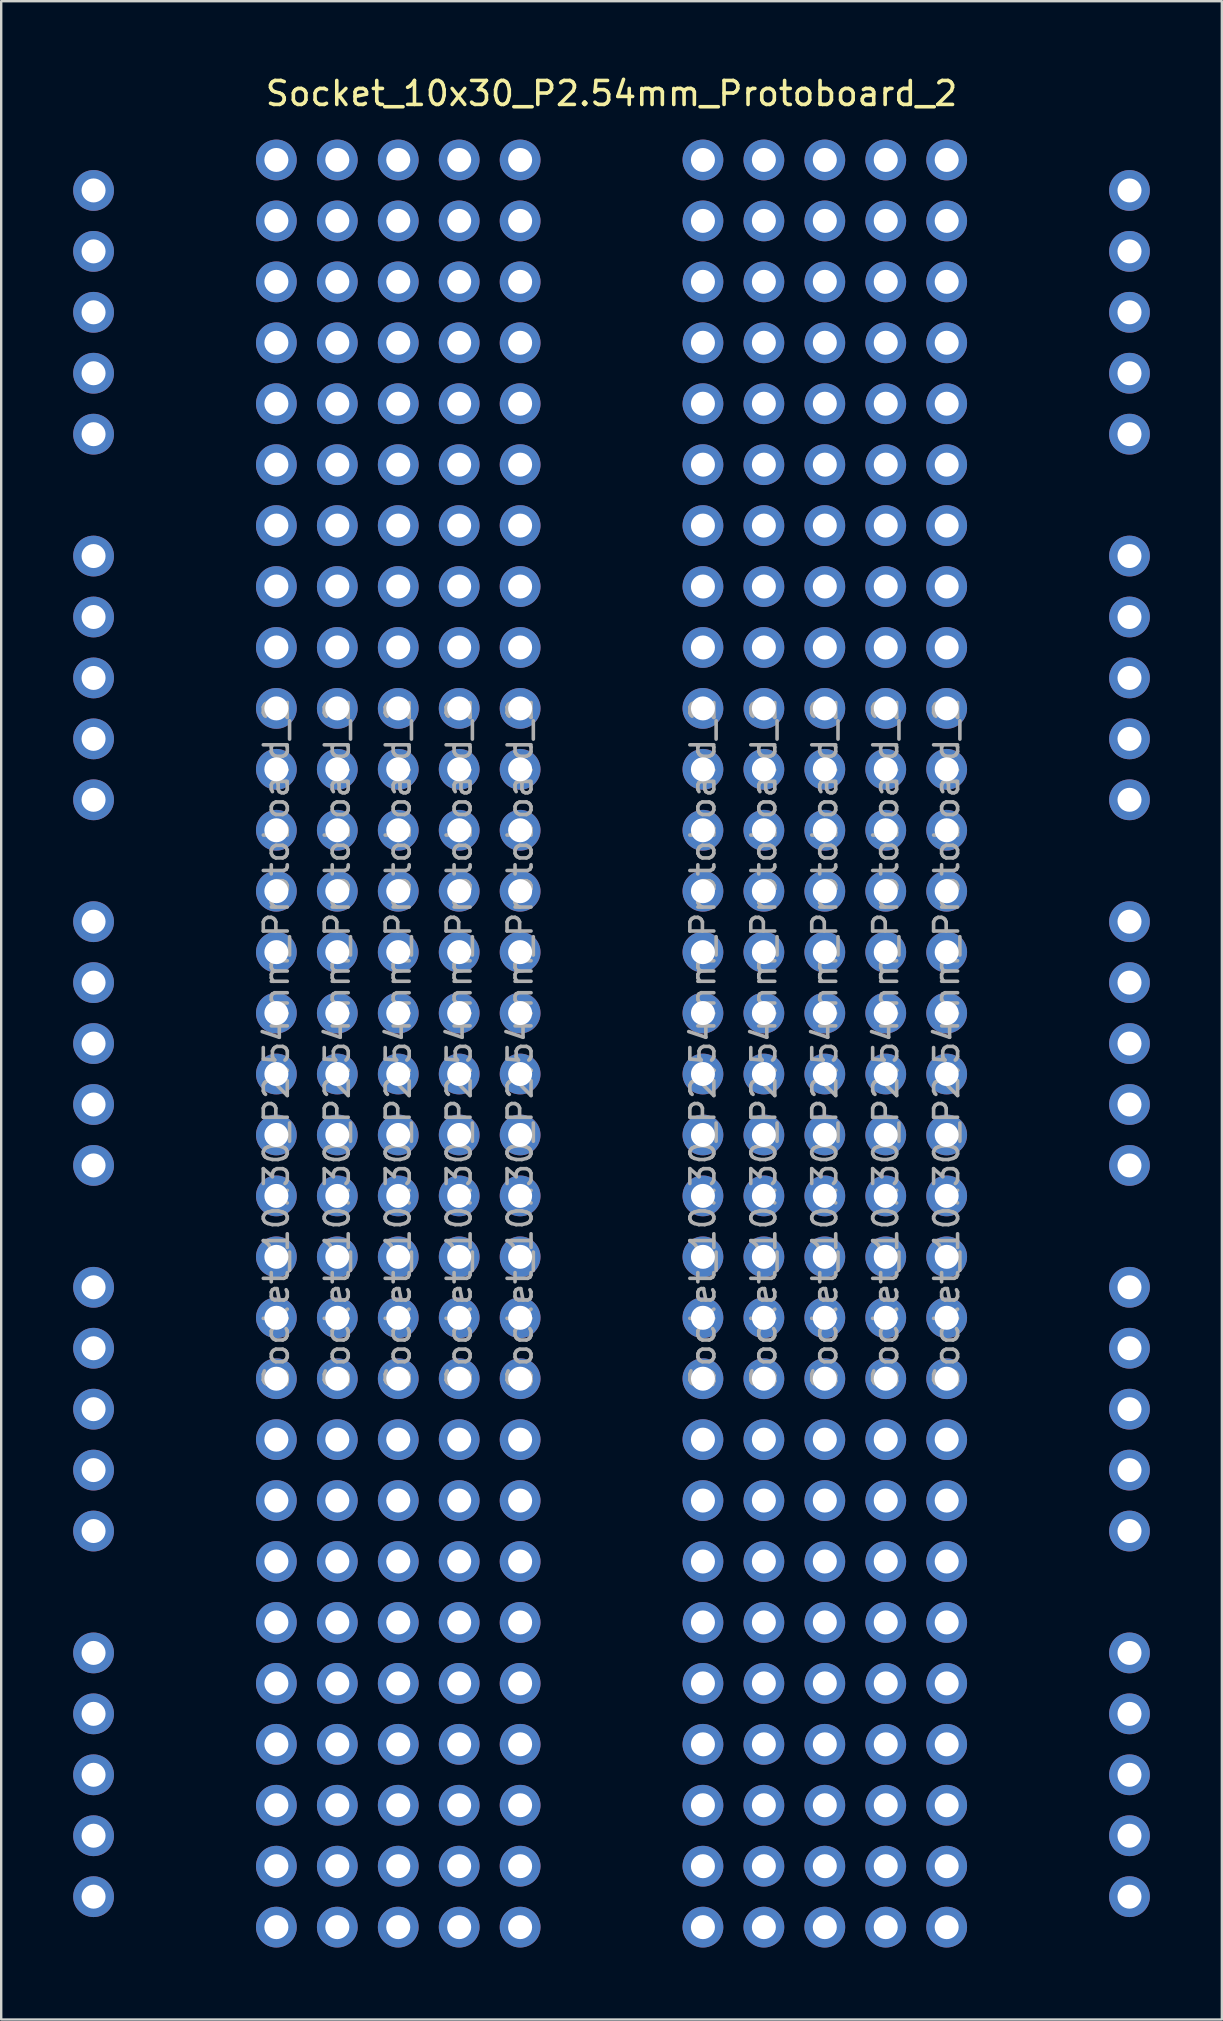
<source format=kicad_pcb>
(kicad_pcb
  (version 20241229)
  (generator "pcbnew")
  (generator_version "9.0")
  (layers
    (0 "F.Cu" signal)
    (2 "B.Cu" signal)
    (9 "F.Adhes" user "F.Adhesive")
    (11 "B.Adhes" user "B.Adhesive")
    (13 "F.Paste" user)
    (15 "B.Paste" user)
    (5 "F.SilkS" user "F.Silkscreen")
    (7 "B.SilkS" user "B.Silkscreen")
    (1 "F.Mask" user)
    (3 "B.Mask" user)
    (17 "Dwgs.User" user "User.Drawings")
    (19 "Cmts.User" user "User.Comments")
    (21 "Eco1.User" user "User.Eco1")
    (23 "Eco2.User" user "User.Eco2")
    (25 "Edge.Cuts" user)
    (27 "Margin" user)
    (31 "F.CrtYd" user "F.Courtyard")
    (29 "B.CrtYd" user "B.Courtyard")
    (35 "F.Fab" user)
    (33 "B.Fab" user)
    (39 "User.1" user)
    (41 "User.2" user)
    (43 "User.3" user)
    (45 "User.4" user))
  (footprint "Socket_10x30_P2.54mm_Protoboard_2"
    (layer "F.Cu")
    (at 22.44 40.448)
    (property "Reference" "Socket_10x30_P2.54mm_Protoboard_2" (at 0 -39.6 0) (layer "F.SilkS") (effects (font (size 1 1) (thickness 0.15))))
    (attr through_hole)
    (fp_text user "${REFERENCE}" (at 8.89 0 90) (layer "F.Fab") (effects (font (size 1 1) (thickness 0.15))))
    (fp_text user "${REFERENCE}" (at -3.81 0 90) (layer "F.Fab") (effects (font (size 1 1) (thickness 0.15))))
    (fp_text user "${REFERENCE}" (at -6.35 0 90) (layer "F.Fab") (effects (font (size 1 1) (thickness 0.15))))
    (fp_text user "${REFERENCE}" (at 13.97 0 90) (layer "F.Fab") (effects (font (size 1 1) (thickness 0.15))))
    (fp_text user "${REFERENCE}" (at 6.35 0 90) (layer "F.Fab") (effects (font (size 1 1) (thickness 0.15))))
    (fp_text user "${REFERENCE}" (at 3.81 0 90) (layer "F.Fab") (effects (font (size 1 1) (thickness 0.15))))
    (fp_text user "${REFERENCE}" (at -11.43 0 90) (layer "F.Fab") (effects (font (size 1 1) (thickness 0.15))))
    (fp_text user "${REFERENCE}" (at 11.43 0 90) (layer "F.Fab") (effects (font (size 1 1) (thickness 0.15))))
    (fp_text user "${REFERENCE}" (at -8.89 0 90) (layer "F.Fab") (effects (font (size 1 1) (thickness 0.15))))
    (fp_text user "${REFERENCE}" (at -13.97 0 90) (layer "F.Fab") (effects (font (size 1 1) (thickness 0.15))))
    (pad "1" thru_hole oval (at -21.59 -35.56) (size 1.7 1.7) (drill 1) (layers "*.Cu" "*.Mask"))
    (pad "1" thru_hole oval (at -21.59 -20.32) (size 1.7 1.7) (drill 1) (layers "*.Cu" "*.Mask"))
    (pad "1" thru_hole oval (at -21.59 -5.08) (size 1.7 1.7) (drill 1) (layers "*.Cu" "*.Mask"))
    (pad "1" thru_hole oval (at -21.59 10.16) (size 1.7 1.7) (drill 1) (layers "*.Cu" "*.Mask"))
    (pad "1" thru_hole oval (at -21.59 25.4) (size 1.7 1.7) (drill 1) (layers "*.Cu" "*.Mask"))
    (pad "1" thru_hole oval (at -13.97 -36.83) (size 1.7 1.7) (drill 1) (layers "*.Cu" "*.Mask"))
    (pad "1" thru_hole oval (at -11.43 -36.83) (size 1.7 1.7) (drill 1) (layers "*.Cu" "*.Mask"))
    (pad "1" thru_hole oval (at -8.89 -36.83) (size 1.7 1.7) (drill 1) (layers "*.Cu" "*.Mask"))
    (pad "1" thru_hole oval (at -6.35 -36.83) (size 1.7 1.7) (drill 1) (layers "*.Cu" "*.Mask"))
    (pad "1" thru_hole oval (at -3.81 -36.83) (size 1.7 1.7) (drill 1) (layers "*.Cu" "*.Mask"))
    (pad "1" thru_hole oval (at 3.81 -36.83) (size 1.7 1.7) (drill 1) (layers "*.Cu" "*.Mask"))
    (pad "1" thru_hole oval (at 6.35 -36.83) (size 1.7 1.7) (drill 1) (layers "*.Cu" "*.Mask"))
    (pad "1" thru_hole oval (at 8.89 -36.83) (size 1.7 1.7) (drill 1) (layers "*.Cu" "*.Mask"))
    (pad "1" thru_hole oval (at 11.43 -36.83) (size 1.7 1.7) (drill 1) (layers "*.Cu" "*.Mask"))
    (pad "1" thru_hole oval (at 13.97 -36.83) (size 1.7 1.7) (drill 1) (layers "*.Cu" "*.Mask"))
    (pad "1" thru_hole oval (at 21.59 -35.56) (size 1.7 1.7) (drill 1) (layers "*.Cu" "*.Mask"))
    (pad "1" thru_hole oval (at 21.59 -20.32) (size 1.7 1.7) (drill 1) (layers "*.Cu" "*.Mask"))
    (pad "1" thru_hole oval (at 21.59 -5.08) (size 1.7 1.7) (drill 1) (layers "*.Cu" "*.Mask"))
    (pad "1" thru_hole oval (at 21.59 10.16) (size 1.7 1.7) (drill 1) (layers "*.Cu" "*.Mask"))
    (pad "1" thru_hole oval (at 21.59 25.4) (size 1.7 1.7) (drill 1) (layers "*.Cu" "*.Mask"))
    (pad "2" thru_hole oval (at -21.59 -33.02) (size 1.7 1.7) (drill 1) (layers "*.Cu" "*.Mask"))
    (pad "2" thru_hole oval (at -21.59 -17.78) (size 1.7 1.7) (drill 1) (layers "*.Cu" "*.Mask"))
    (pad "2" thru_hole oval (at -21.59 -2.54) (size 1.7 1.7) (drill 1) (layers "*.Cu" "*.Mask"))
    (pad "2" thru_hole oval (at -21.59 12.7) (size 1.7 1.7) (drill 1) (layers "*.Cu" "*.Mask"))
    (pad "2" thru_hole oval (at -21.59 27.94) (size 1.7 1.7) (drill 1) (layers "*.Cu" "*.Mask"))
    (pad "2" thru_hole oval (at -13.97 -34.29) (size 1.7 1.7) (drill 1) (layers "*.Cu" "*.Mask"))
    (pad "2" thru_hole oval (at -11.43 -34.29) (size 1.7 1.7) (drill 1) (layers "*.Cu" "*.Mask"))
    (pad "2" thru_hole oval (at -8.89 -34.29) (size 1.7 1.7) (drill 1) (layers "*.Cu" "*.Mask"))
    (pad "2" thru_hole oval (at -6.35 -34.29) (size 1.7 1.7) (drill 1) (layers "*.Cu" "*.Mask"))
    (pad "2" thru_hole oval (at -3.81 -34.29) (size 1.7 1.7) (drill 1) (layers "*.Cu" "*.Mask"))
    (pad "2" thru_hole oval (at 3.81 -34.29) (size 1.7 1.7) (drill 1) (layers "*.Cu" "*.Mask"))
    (pad "2" thru_hole oval (at 6.35 -34.29) (size 1.7 1.7) (drill 1) (layers "*.Cu" "*.Mask"))
    (pad "2" thru_hole oval (at 8.89 -34.29) (size 1.7 1.7) (drill 1) (layers "*.Cu" "*.Mask"))
    (pad "2" thru_hole oval (at 11.43 -34.29) (size 1.7 1.7) (drill 1) (layers "*.Cu" "*.Mask"))
    (pad "2" thru_hole oval (at 13.97 -34.29) (size 1.7 1.7) (drill 1) (layers "*.Cu" "*.Mask"))
    (pad "2" thru_hole oval (at 21.59 -33.02) (size 1.7 1.7) (drill 1) (layers "*.Cu" "*.Mask"))
    (pad "2" thru_hole oval (at 21.59 -17.78) (size 1.7 1.7) (drill 1) (layers "*.Cu" "*.Mask"))
    (pad "2" thru_hole oval (at 21.59 -2.54) (size 1.7 1.7) (drill 1) (layers "*.Cu" "*.Mask"))
    (pad "2" thru_hole oval (at 21.59 12.7) (size 1.7 1.7) (drill 1) (layers "*.Cu" "*.Mask"))
    (pad "2" thru_hole oval (at 21.59 27.94) (size 1.7 1.7) (drill 1) (layers "*.Cu" "*.Mask"))
    (pad "3" thru_hole oval (at -21.59 -30.48) (size 1.7 1.7) (drill 1) (layers "*.Cu" "*.Mask"))
    (pad "3" thru_hole oval (at -21.59 -15.24) (size 1.7 1.7) (drill 1) (layers "*.Cu" "*.Mask"))
    (pad "3" thru_hole oval (at -21.59 0) (size 1.7 1.7) (drill 1) (layers "*.Cu" "*.Mask"))
    (pad "3" thru_hole oval (at -21.59 15.24) (size 1.7 1.7) (drill 1) (layers "*.Cu" "*.Mask"))
    (pad "3" thru_hole oval (at -21.59 30.48) (size 1.7 1.7) (drill 1) (layers "*.Cu" "*.Mask"))
    (pad "3" thru_hole oval (at -13.97 -31.75) (size 1.7 1.7) (drill 1) (layers "*.Cu" "*.Mask"))
    (pad "3" thru_hole oval (at -11.43 -31.75) (size 1.7 1.7) (drill 1) (layers "*.Cu" "*.Mask"))
    (pad "3" thru_hole oval (at -8.89 -31.75) (size 1.7 1.7) (drill 1) (layers "*.Cu" "*.Mask"))
    (pad "3" thru_hole oval (at -6.35 -31.75) (size 1.7 1.7) (drill 1) (layers "*.Cu" "*.Mask"))
    (pad "3" thru_hole oval (at -3.81 -31.75) (size 1.7 1.7) (drill 1) (layers "*.Cu" "*.Mask"))
    (pad "3" thru_hole oval (at 3.81 -31.75) (size 1.7 1.7) (drill 1) (layers "*.Cu" "*.Mask"))
    (pad "3" thru_hole oval (at 6.35 -31.75) (size 1.7 1.7) (drill 1) (layers "*.Cu" "*.Mask"))
    (pad "3" thru_hole oval (at 8.89 -31.75) (size 1.7 1.7) (drill 1) (layers "*.Cu" "*.Mask"))
    (pad "3" thru_hole oval (at 11.43 -31.75) (size 1.7 1.7) (drill 1) (layers "*.Cu" "*.Mask"))
    (pad "3" thru_hole oval (at 13.97 -31.75) (size 1.7 1.7) (drill 1) (layers "*.Cu" "*.Mask"))
    (pad "3" thru_hole oval (at 21.59 -30.48) (size 1.7 1.7) (drill 1) (layers "*.Cu" "*.Mask"))
    (pad "3" thru_hole oval (at 21.59 -15.24) (size 1.7 1.7) (drill 1) (layers "*.Cu" "*.Mask"))
    (pad "3" thru_hole oval (at 21.59 0) (size 1.7 1.7) (drill 1) (layers "*.Cu" "*.Mask"))
    (pad "3" thru_hole oval (at 21.59 15.24) (size 1.7 1.7) (drill 1) (layers "*.Cu" "*.Mask"))
    (pad "3" thru_hole oval (at 21.59 30.48) (size 1.7 1.7) (drill 1) (layers "*.Cu" "*.Mask"))
    (pad "4" thru_hole oval (at -21.59 -27.94) (size 1.7 1.7) (drill 1) (layers "*.Cu" "*.Mask"))
    (pad "4" thru_hole oval (at -21.59 -12.7) (size 1.7 1.7) (drill 1) (layers "*.Cu" "*.Mask"))
    (pad "4" thru_hole oval (at -21.59 2.54) (size 1.7 1.7) (drill 1) (layers "*.Cu" "*.Mask"))
    (pad "4" thru_hole oval (at -21.59 17.78) (size 1.7 1.7) (drill 1) (layers "*.Cu" "*.Mask"))
    (pad "4" thru_hole oval (at -21.59 33.02) (size 1.7 1.7) (drill 1) (layers "*.Cu" "*.Mask"))
    (pad "4" thru_hole oval (at -13.97 -29.21) (size 1.7 1.7) (drill 1) (layers "*.Cu" "*.Mask"))
    (pad "4" thru_hole oval (at -11.43 -29.21) (size 1.7 1.7) (drill 1) (layers "*.Cu" "*.Mask"))
    (pad "4" thru_hole oval (at -8.89 -29.21) (size 1.7 1.7) (drill 1) (layers "*.Cu" "*.Mask"))
    (pad "4" thru_hole oval (at -6.35 -29.21) (size 1.7 1.7) (drill 1) (layers "*.Cu" "*.Mask"))
    (pad "4" thru_hole oval (at -3.81 -29.21) (size 1.7 1.7) (drill 1) (layers "*.Cu" "*.Mask"))
    (pad "4" thru_hole oval (at 3.81 -29.21) (size 1.7 1.7) (drill 1) (layers "*.Cu" "*.Mask"))
    (pad "4" thru_hole oval (at 6.35 -29.21) (size 1.7 1.7) (drill 1) (layers "*.Cu" "*.Mask"))
    (pad "4" thru_hole oval (at 8.89 -29.21) (size 1.7 1.7) (drill 1) (layers "*.Cu" "*.Mask"))
    (pad "4" thru_hole oval (at 11.43 -29.21) (size 1.7 1.7) (drill 1) (layers "*.Cu" "*.Mask"))
    (pad "4" thru_hole oval (at 13.97 -29.21) (size 1.7 1.7) (drill 1) (layers "*.Cu" "*.Mask"))
    (pad "4" thru_hole oval (at 21.59 -27.94) (size 1.7 1.7) (drill 1) (layers "*.Cu" "*.Mask"))
    (pad "4" thru_hole oval (at 21.59 -12.7) (size 1.7 1.7) (drill 1) (layers "*.Cu" "*.Mask"))
    (pad "4" thru_hole oval (at 21.59 2.54) (size 1.7 1.7) (drill 1) (layers "*.Cu" "*.Mask"))
    (pad "4" thru_hole oval (at 21.59 17.78) (size 1.7 1.7) (drill 1) (layers "*.Cu" "*.Mask"))
    (pad "4" thru_hole oval (at 21.59 33.02) (size 1.7 1.7) (drill 1) (layers "*.Cu" "*.Mask"))
    (pad "5" thru_hole oval (at -21.59 -25.4) (size 1.7 1.7) (drill 1) (layers "*.Cu" "*.Mask"))
    (pad "5" thru_hole oval (at -21.59 -10.16) (size 1.7 1.7) (drill 1) (layers "*.Cu" "*.Mask"))
    (pad "5" thru_hole oval (at -21.59 5.08) (size 1.7 1.7) (drill 1) (layers "*.Cu" "*.Mask"))
    (pad "5" thru_hole oval (at -21.59 20.32) (size 1.7 1.7) (drill 1) (layers "*.Cu" "*.Mask"))
    (pad "5" thru_hole oval (at -21.59 35.56) (size 1.7 1.7) (drill 1) (layers "*.Cu" "*.Mask"))
    (pad "5" thru_hole oval (at -13.97 -26.67) (size 1.7 1.7) (drill 1) (layers "*.Cu" "*.Mask"))
    (pad "5" thru_hole oval (at -11.43 -26.67) (size 1.7 1.7) (drill 1) (layers "*.Cu" "*.Mask"))
    (pad "5" thru_hole oval (at -8.89 -26.67) (size 1.7 1.7) (drill 1) (layers "*.Cu" "*.Mask"))
    (pad "5" thru_hole oval (at -6.35 -26.67) (size 1.7 1.7) (drill 1) (layers "*.Cu" "*.Mask"))
    (pad "5" thru_hole oval (at -3.81 -26.67) (size 1.7 1.7) (drill 1) (layers "*.Cu" "*.Mask"))
    (pad "5" thru_hole oval (at 3.81 -26.67) (size 1.7 1.7) (drill 1) (layers "*.Cu" "*.Mask"))
    (pad "5" thru_hole oval (at 6.35 -26.67) (size 1.7 1.7) (drill 1) (layers "*.Cu" "*.Mask"))
    (pad "5" thru_hole oval (at 8.89 -26.67) (size 1.7 1.7) (drill 1) (layers "*.Cu" "*.Mask"))
    (pad "5" thru_hole oval (at 11.43 -26.67) (size 1.7 1.7) (drill 1) (layers "*.Cu" "*.Mask"))
    (pad "5" thru_hole oval (at 13.97 -26.67) (size 1.7 1.7) (drill 1) (layers "*.Cu" "*.Mask"))
    (pad "5" thru_hole oval (at 21.59 -25.4) (size 1.7 1.7) (drill 1) (layers "*.Cu" "*.Mask"))
    (pad "5" thru_hole oval (at 21.59 -10.16) (size 1.7 1.7) (drill 1) (layers "*.Cu" "*.Mask"))
    (pad "5" thru_hole oval (at 21.59 5.08) (size 1.7 1.7) (drill 1) (layers "*.Cu" "*.Mask"))
    (pad "5" thru_hole oval (at 21.59 20.32) (size 1.7 1.7) (drill 1) (layers "*.Cu" "*.Mask"))
    (pad "5" thru_hole oval (at 21.59 35.56) (size 1.7 1.7) (drill 1) (layers "*.Cu" "*.Mask"))
    (pad "6" thru_hole oval (at -13.97 -24.13) (size 1.7 1.7) (drill 1) (layers "*.Cu" "*.Mask"))
    (pad "6" thru_hole oval (at -11.43 -24.13) (size 1.7 1.7) (drill 1) (layers "*.Cu" "*.Mask"))
    (pad "6" thru_hole oval (at -8.89 -24.13) (size 1.7 1.7) (drill 1) (layers "*.Cu" "*.Mask"))
    (pad "6" thru_hole oval (at -6.35 -24.13) (size 1.7 1.7) (drill 1) (layers "*.Cu" "*.Mask"))
    (pad "6" thru_hole oval (at -3.81 -24.13) (size 1.7 1.7) (drill 1) (layers "*.Cu" "*.Mask"))
    (pad "6" thru_hole oval (at 3.81 -24.13) (size 1.7 1.7) (drill 1) (layers "*.Cu" "*.Mask"))
    (pad "6" thru_hole oval (at 6.35 -24.13) (size 1.7 1.7) (drill 1) (layers "*.Cu" "*.Mask"))
    (pad "6" thru_hole oval (at 8.89 -24.13) (size 1.7 1.7) (drill 1) (layers "*.Cu" "*.Mask"))
    (pad "6" thru_hole oval (at 11.43 -24.13) (size 1.7 1.7) (drill 1) (layers "*.Cu" "*.Mask"))
    (pad "6" thru_hole oval (at 13.97 -24.13) (size 1.7 1.7) (drill 1) (layers "*.Cu" "*.Mask"))
    (pad "7" thru_hole oval (at -13.97 -21.59) (size 1.7 1.7) (drill 1) (layers "*.Cu" "*.Mask"))
    (pad "7" thru_hole oval (at -11.43 -21.59) (size 1.7 1.7) (drill 1) (layers "*.Cu" "*.Mask"))
    (pad "7" thru_hole oval (at -8.89 -21.59) (size 1.7 1.7) (drill 1) (layers "*.Cu" "*.Mask"))
    (pad "7" thru_hole oval (at -6.35 -21.59) (size 1.7 1.7) (drill 1) (layers "*.Cu" "*.Mask"))
    (pad "7" thru_hole oval (at -3.81 -21.59) (size 1.7 1.7) (drill 1) (layers "*.Cu" "*.Mask"))
    (pad "7" thru_hole oval (at 3.81 -21.59) (size 1.7 1.7) (drill 1) (layers "*.Cu" "*.Mask"))
    (pad "7" thru_hole oval (at 6.35 -21.59) (size 1.7 1.7) (drill 1) (layers "*.Cu" "*.Mask"))
    (pad "7" thru_hole oval (at 8.89 -21.59) (size 1.7 1.7) (drill 1) (layers "*.Cu" "*.Mask"))
    (pad "7" thru_hole oval (at 11.43 -21.59) (size 1.7 1.7) (drill 1) (layers "*.Cu" "*.Mask"))
    (pad "7" thru_hole oval (at 13.97 -21.59) (size 1.7 1.7) (drill 1) (layers "*.Cu" "*.Mask"))
    (pad "8" thru_hole oval (at -13.97 -19.05) (size 1.7 1.7) (drill 1) (layers "*.Cu" "*.Mask"))
    (pad "8" thru_hole oval (at -11.43 -19.05) (size 1.7 1.7) (drill 1) (layers "*.Cu" "*.Mask"))
    (pad "8" thru_hole oval (at -8.89 -19.05) (size 1.7 1.7) (drill 1) (layers "*.Cu" "*.Mask"))
    (pad "8" thru_hole oval (at -6.35 -19.05) (size 1.7 1.7) (drill 1) (layers "*.Cu" "*.Mask"))
    (pad "8" thru_hole oval (at -3.81 -19.05) (size 1.7 1.7) (drill 1) (layers "*.Cu" "*.Mask"))
    (pad "8" thru_hole oval (at 3.81 -19.05) (size 1.7 1.7) (drill 1) (layers "*.Cu" "*.Mask"))
    (pad "8" thru_hole oval (at 6.35 -19.05) (size 1.7 1.7) (drill 1) (layers "*.Cu" "*.Mask"))
    (pad "8" thru_hole oval (at 8.89 -19.05) (size 1.7 1.7) (drill 1) (layers "*.Cu" "*.Mask"))
    (pad "8" thru_hole oval (at 11.43 -19.05) (size 1.7 1.7) (drill 1) (layers "*.Cu" "*.Mask"))
    (pad "8" thru_hole oval (at 13.97 -19.05) (size 1.7 1.7) (drill 1) (layers "*.Cu" "*.Mask"))
    (pad "9" thru_hole oval (at -13.97 -16.51) (size 1.7 1.7) (drill 1) (layers "*.Cu" "*.Mask"))
    (pad "9" thru_hole oval (at -11.43 -16.51) (size 1.7 1.7) (drill 1) (layers "*.Cu" "*.Mask"))
    (pad "9" thru_hole oval (at -8.89 -16.51) (size 1.7 1.7) (drill 1) (layers "*.Cu" "*.Mask"))
    (pad "9" thru_hole oval (at -6.35 -16.51) (size 1.7 1.7) (drill 1) (layers "*.Cu" "*.Mask"))
    (pad "9" thru_hole oval (at -3.81 -16.51) (size 1.7 1.7) (drill 1) (layers "*.Cu" "*.Mask"))
    (pad "9" thru_hole oval (at 3.81 -16.51) (size 1.7 1.7) (drill 1) (layers "*.Cu" "*.Mask"))
    (pad "9" thru_hole oval (at 6.35 -16.51) (size 1.7 1.7) (drill 1) (layers "*.Cu" "*.Mask"))
    (pad "9" thru_hole oval (at 8.89 -16.51) (size 1.7 1.7) (drill 1) (layers "*.Cu" "*.Mask"))
    (pad "9" thru_hole oval (at 11.43 -16.51) (size 1.7 1.7) (drill 1) (layers "*.Cu" "*.Mask"))
    (pad "9" thru_hole oval (at 13.97 -16.51) (size 1.7 1.7) (drill 1) (layers "*.Cu" "*.Mask"))
    (pad "10" thru_hole oval (at -13.97 -13.97) (size 1.7 1.7) (drill 1) (layers "*.Cu" "*.Mask"))
    (pad "10" thru_hole oval (at -11.43 -13.97) (size 1.7 1.7) (drill 1) (layers "*.Cu" "*.Mask"))
    (pad "10" thru_hole oval (at -8.89 -13.97) (size 1.7 1.7) (drill 1) (layers "*.Cu" "*.Mask"))
    (pad "10" thru_hole oval (at -6.35 -13.97) (size 1.7 1.7) (drill 1) (layers "*.Cu" "*.Mask"))
    (pad "10" thru_hole oval (at -3.81 -13.97) (size 1.7 1.7) (drill 1) (layers "*.Cu" "*.Mask"))
    (pad "10" thru_hole oval (at 3.81 -13.97) (size 1.7 1.7) (drill 1) (layers "*.Cu" "*.Mask"))
    (pad "10" thru_hole oval (at 6.35 -13.97) (size 1.7 1.7) (drill 1) (layers "*.Cu" "*.Mask"))
    (pad "10" thru_hole oval (at 8.89 -13.97) (size 1.7 1.7) (drill 1) (layers "*.Cu" "*.Mask"))
    (pad "10" thru_hole oval (at 11.43 -13.97) (size 1.7 1.7) (drill 1) (layers "*.Cu" "*.Mask"))
    (pad "10" thru_hole oval (at 13.97 -13.97) (size 1.7 1.7) (drill 1) (layers "*.Cu" "*.Mask"))
    (pad "11" thru_hole oval (at -13.97 -11.43) (size 1.7 1.7) (drill 1) (layers "*.Cu" "*.Mask"))
    (pad "11" thru_hole oval (at -11.43 -11.43) (size 1.7 1.7) (drill 1) (layers "*.Cu" "*.Mask"))
    (pad "11" thru_hole oval (at -8.89 -11.43) (size 1.7 1.7) (drill 1) (layers "*.Cu" "*.Mask"))
    (pad "11" thru_hole oval (at -6.35 -11.43) (size 1.7 1.7) (drill 1) (layers "*.Cu" "*.Mask"))
    (pad "11" thru_hole oval (at -3.81 -11.43) (size 1.7 1.7) (drill 1) (layers "*.Cu" "*.Mask"))
    (pad "11" thru_hole oval (at 3.81 -11.43) (size 1.7 1.7) (drill 1) (layers "*.Cu" "*.Mask"))
    (pad "11" thru_hole oval (at 6.35 -11.43) (size 1.7 1.7) (drill 1) (layers "*.Cu" "*.Mask"))
    (pad "11" thru_hole oval (at 8.89 -11.43) (size 1.7 1.7) (drill 1) (layers "*.Cu" "*.Mask"))
    (pad "11" thru_hole oval (at 11.43 -11.43) (size 1.7 1.7) (drill 1) (layers "*.Cu" "*.Mask"))
    (pad "11" thru_hole oval (at 13.97 -11.43) (size 1.7 1.7) (drill 1) (layers "*.Cu" "*.Mask"))
    (pad "12" thru_hole oval (at -13.97 -8.89) (size 1.7 1.7) (drill 1) (layers "*.Cu" "*.Mask"))
    (pad "12" thru_hole oval (at -11.43 -8.89) (size 1.7 1.7) (drill 1) (layers "*.Cu" "*.Mask"))
    (pad "12" thru_hole oval (at -8.89 -8.89) (size 1.7 1.7) (drill 1) (layers "*.Cu" "*.Mask"))
    (pad "12" thru_hole oval (at -6.35 -8.89) (size 1.7 1.7) (drill 1) (layers "*.Cu" "*.Mask"))
    (pad "12" thru_hole oval (at -3.81 -8.89) (size 1.7 1.7) (drill 1) (layers "*.Cu" "*.Mask"))
    (pad "12" thru_hole oval (at 3.81 -8.89) (size 1.7 1.7) (drill 1) (layers "*.Cu" "*.Mask"))
    (pad "12" thru_hole oval (at 6.35 -8.89) (size 1.7 1.7) (drill 1) (layers "*.Cu" "*.Mask"))
    (pad "12" thru_hole oval (at 8.89 -8.89) (size 1.7 1.7) (drill 1) (layers "*.Cu" "*.Mask"))
    (pad "12" thru_hole oval (at 11.43 -8.89) (size 1.7 1.7) (drill 1) (layers "*.Cu" "*.Mask"))
    (pad "12" thru_hole oval (at 13.97 -8.89) (size 1.7 1.7) (drill 1) (layers "*.Cu" "*.Mask"))
    (pad "13" thru_hole oval (at -13.97 -6.35) (size 1.7 1.7) (drill 1) (layers "*.Cu" "*.Mask"))
    (pad "13" thru_hole oval (at -11.43 -6.35) (size 1.7 1.7) (drill 1) (layers "*.Cu" "*.Mask"))
    (pad "13" thru_hole oval (at -8.89 -6.35) (size 1.7 1.7) (drill 1) (layers "*.Cu" "*.Mask"))
    (pad "13" thru_hole oval (at -6.35 -6.35) (size 1.7 1.7) (drill 1) (layers "*.Cu" "*.Mask"))
    (pad "13" thru_hole oval (at -3.81 -6.35) (size 1.7 1.7) (drill 1) (layers "*.Cu" "*.Mask"))
    (pad "13" thru_hole oval (at 3.81 -6.35) (size 1.7 1.7) (drill 1) (layers "*.Cu" "*.Mask"))
    (pad "13" thru_hole oval (at 6.35 -6.35) (size 1.7 1.7) (drill 1) (layers "*.Cu" "*.Mask"))
    (pad "13" thru_hole oval (at 8.89 -6.35) (size 1.7 1.7) (drill 1) (layers "*.Cu" "*.Mask"))
    (pad "13" thru_hole oval (at 11.43 -6.35) (size 1.7 1.7) (drill 1) (layers "*.Cu" "*.Mask"))
    (pad "13" thru_hole oval (at 13.97 -6.35) (size 1.7 1.7) (drill 1) (layers "*.Cu" "*.Mask"))
    (pad "14" thru_hole oval (at -13.97 -3.81) (size 1.7 1.7) (drill 1) (layers "*.Cu" "*.Mask"))
    (pad "14" thru_hole oval (at -11.43 -3.81) (size 1.7 1.7) (drill 1) (layers "*.Cu" "*.Mask"))
    (pad "14" thru_hole oval (at -8.89 -3.81) (size 1.7 1.7) (drill 1) (layers "*.Cu" "*.Mask"))
    (pad "14" thru_hole oval (at -6.35 -3.81) (size 1.7 1.7) (drill 1) (layers "*.Cu" "*.Mask"))
    (pad "14" thru_hole oval (at -3.81 -3.81) (size 1.7 1.7) (drill 1) (layers "*.Cu" "*.Mask"))
    (pad "14" thru_hole oval (at 3.81 -3.81) (size 1.7 1.7) (drill 1) (layers "*.Cu" "*.Mask"))
    (pad "14" thru_hole oval (at 6.35 -3.81) (size 1.7 1.7) (drill 1) (layers "*.Cu" "*.Mask"))
    (pad "14" thru_hole oval (at 8.89 -3.81) (size 1.7 1.7) (drill 1) (layers "*.Cu" "*.Mask"))
    (pad "14" thru_hole oval (at 11.43 -3.81) (size 1.7 1.7) (drill 1) (layers "*.Cu" "*.Mask"))
    (pad "14" thru_hole oval (at 13.97 -3.81) (size 1.7 1.7) (drill 1) (layers "*.Cu" "*.Mask"))
    (pad "15" thru_hole oval (at -13.97 -1.27) (size 1.7 1.7) (drill 1) (layers "*.Cu" "*.Mask"))
    (pad "15" thru_hole oval (at -11.43 -1.27) (size 1.7 1.7) (drill 1) (layers "*.Cu" "*.Mask"))
    (pad "15" thru_hole oval (at -8.89 -1.27) (size 1.7 1.7) (drill 1) (layers "*.Cu" "*.Mask"))
    (pad "15" thru_hole oval (at -6.35 -1.27) (size 1.7 1.7) (drill 1) (layers "*.Cu" "*.Mask"))
    (pad "15" thru_hole oval (at -3.81 -1.27) (size 1.7 1.7) (drill 1) (layers "*.Cu" "*.Mask"))
    (pad "15" thru_hole oval (at 3.81 -1.27) (size 1.7 1.7) (drill 1) (layers "*.Cu" "*.Mask"))
    (pad "15" thru_hole oval (at 6.35 -1.27) (size 1.7 1.7) (drill 1) (layers "*.Cu" "*.Mask"))
    (pad "15" thru_hole oval (at 8.89 -1.27) (size 1.7 1.7) (drill 1) (layers "*.Cu" "*.Mask"))
    (pad "15" thru_hole oval (at 11.43 -1.27) (size 1.7 1.7) (drill 1) (layers "*.Cu" "*.Mask"))
    (pad "15" thru_hole oval (at 13.97 -1.27) (size 1.7 1.7) (drill 1) (layers "*.Cu" "*.Mask"))
    (pad "16" thru_hole oval (at -13.97 1.27) (size 1.7 1.7) (drill 1) (layers "*.Cu" "*.Mask"))
    (pad "16" thru_hole oval (at -11.43 1.27) (size 1.7 1.7) (drill 1) (layers "*.Cu" "*.Mask"))
    (pad "16" thru_hole oval (at -8.89 1.27) (size 1.7 1.7) (drill 1) (layers "*.Cu" "*.Mask"))
    (pad "16" thru_hole oval (at -6.35 1.27) (size 1.7 1.7) (drill 1) (layers "*.Cu" "*.Mask"))
    (pad "16" thru_hole oval (at -3.81 1.27) (size 1.7 1.7) (drill 1) (layers "*.Cu" "*.Mask"))
    (pad "16" thru_hole oval (at 3.81 1.27) (size 1.7 1.7) (drill 1) (layers "*.Cu" "*.Mask"))
    (pad "16" thru_hole oval (at 6.35 1.27) (size 1.7 1.7) (drill 1) (layers "*.Cu" "*.Mask"))
    (pad "16" thru_hole oval (at 8.89 1.27) (size 1.7 1.7) (drill 1) (layers "*.Cu" "*.Mask"))
    (pad "16" thru_hole oval (at 11.43 1.27) (size 1.7 1.7) (drill 1) (layers "*.Cu" "*.Mask"))
    (pad "16" thru_hole oval (at 13.97 1.27) (size 1.7 1.7) (drill 1) (layers "*.Cu" "*.Mask"))
    (pad "17" thru_hole oval (at -13.97 3.81) (size 1.7 1.7) (drill 1) (layers "*.Cu" "*.Mask"))
    (pad "17" thru_hole oval (at -11.43 3.81) (size 1.7 1.7) (drill 1) (layers "*.Cu" "*.Mask"))
    (pad "17" thru_hole oval (at -8.89 3.81) (size 1.7 1.7) (drill 1) (layers "*.Cu" "*.Mask"))
    (pad "17" thru_hole oval (at -6.35 3.81) (size 1.7 1.7) (drill 1) (layers "*.Cu" "*.Mask"))
    (pad "17" thru_hole oval (at -3.81 3.81) (size 1.7 1.7) (drill 1) (layers "*.Cu" "*.Mask"))
    (pad "17" thru_hole oval (at 3.81 3.81) (size 1.7 1.7) (drill 1) (layers "*.Cu" "*.Mask"))
    (pad "17" thru_hole oval (at 6.35 3.81) (size 1.7 1.7) (drill 1) (layers "*.Cu" "*.Mask"))
    (pad "17" thru_hole oval (at 8.89 3.81) (size 1.7 1.7) (drill 1) (layers "*.Cu" "*.Mask"))
    (pad "17" thru_hole oval (at 11.43 3.81) (size 1.7 1.7) (drill 1) (layers "*.Cu" "*.Mask"))
    (pad "17" thru_hole oval (at 13.97 3.81) (size 1.7 1.7) (drill 1) (layers "*.Cu" "*.Mask"))
    (pad "18" thru_hole oval (at -13.97 6.35) (size 1.7 1.7) (drill 1) (layers "*.Cu" "*.Mask"))
    (pad "18" thru_hole oval (at -11.43 6.35) (size 1.7 1.7) (drill 1) (layers "*.Cu" "*.Mask"))
    (pad "18" thru_hole oval (at -8.89 6.35) (size 1.7 1.7) (drill 1) (layers "*.Cu" "*.Mask"))
    (pad "18" thru_hole oval (at -6.35 6.35) (size 1.7 1.7) (drill 1) (layers "*.Cu" "*.Mask"))
    (pad "18" thru_hole oval (at -3.81 6.35) (size 1.7 1.7) (drill 1) (layers "*.Cu" "*.Mask"))
    (pad "18" thru_hole oval (at 3.81 6.35) (size 1.7 1.7) (drill 1) (layers "*.Cu" "*.Mask"))
    (pad "18" thru_hole oval (at 6.35 6.35) (size 1.7 1.7) (drill 1) (layers "*.Cu" "*.Mask"))
    (pad "18" thru_hole oval (at 8.89 6.35) (size 1.7 1.7) (drill 1) (layers "*.Cu" "*.Mask"))
    (pad "18" thru_hole oval (at 11.43 6.35) (size 1.7 1.7) (drill 1) (layers "*.Cu" "*.Mask"))
    (pad "18" thru_hole oval (at 13.97 6.35) (size 1.7 1.7) (drill 1) (layers "*.Cu" "*.Mask"))
    (pad "19" thru_hole oval (at -13.97 8.89) (size 1.7 1.7) (drill 1) (layers "*.Cu" "*.Mask"))
    (pad "19" thru_hole oval (at -11.43 8.89) (size 1.7 1.7) (drill 1) (layers "*.Cu" "*.Mask"))
    (pad "19" thru_hole oval (at -8.89 8.89) (size 1.7 1.7) (drill 1) (layers "*.Cu" "*.Mask"))
    (pad "19" thru_hole oval (at -6.35 8.89) (size 1.7 1.7) (drill 1) (layers "*.Cu" "*.Mask"))
    (pad "19" thru_hole oval (at -3.81 8.89) (size 1.7 1.7) (drill 1) (layers "*.Cu" "*.Mask"))
    (pad "19" thru_hole oval (at 3.81 8.89) (size 1.7 1.7) (drill 1) (layers "*.Cu" "*.Mask"))
    (pad "19" thru_hole oval (at 6.35 8.89) (size 1.7 1.7) (drill 1) (layers "*.Cu" "*.Mask"))
    (pad "19" thru_hole oval (at 8.89 8.89) (size 1.7 1.7) (drill 1) (layers "*.Cu" "*.Mask"))
    (pad "19" thru_hole oval (at 11.43 8.89) (size 1.7 1.7) (drill 1) (layers "*.Cu" "*.Mask"))
    (pad "19" thru_hole oval (at 13.97 8.89) (size 1.7 1.7) (drill 1) (layers "*.Cu" "*.Mask"))
    (pad "20" thru_hole oval (at -13.97 11.43) (size 1.7 1.7) (drill 1) (layers "*.Cu" "*.Mask"))
    (pad "20" thru_hole oval (at -11.43 11.43) (size 1.7 1.7) (drill 1) (layers "*.Cu" "*.Mask"))
    (pad "20" thru_hole oval (at -8.89 11.43) (size 1.7 1.7) (drill 1) (layers "*.Cu" "*.Mask"))
    (pad "20" thru_hole oval (at -6.35 11.43) (size 1.7 1.7) (drill 1) (layers "*.Cu" "*.Mask"))
    (pad "20" thru_hole oval (at -3.81 11.43) (size 1.7 1.7) (drill 1) (layers "*.Cu" "*.Mask"))
    (pad "20" thru_hole oval (at 3.81 11.43) (size 1.7 1.7) (drill 1) (layers "*.Cu" "*.Mask"))
    (pad "20" thru_hole oval (at 6.35 11.43) (size 1.7 1.7) (drill 1) (layers "*.Cu" "*.Mask"))
    (pad "20" thru_hole oval (at 8.89 11.43) (size 1.7 1.7) (drill 1) (layers "*.Cu" "*.Mask"))
    (pad "20" thru_hole oval (at 11.43 11.43) (size 1.7 1.7) (drill 1) (layers "*.Cu" "*.Mask"))
    (pad "20" thru_hole oval (at 13.97 11.43) (size 1.7 1.7) (drill 1) (layers "*.Cu" "*.Mask"))
    (pad "21" thru_hole oval (at -13.97 13.97) (size 1.7 1.7) (drill 1) (layers "*.Cu" "*.Mask"))
    (pad "21" thru_hole oval (at -11.43 13.97) (size 1.7 1.7) (drill 1) (layers "*.Cu" "*.Mask"))
    (pad "21" thru_hole oval (at -8.89 13.97) (size 1.7 1.7) (drill 1) (layers "*.Cu" "*.Mask"))
    (pad "21" thru_hole oval (at -6.35 13.97) (size 1.7 1.7) (drill 1) (layers "*.Cu" "*.Mask"))
    (pad "21" thru_hole oval (at -3.81 13.97) (size 1.7 1.7) (drill 1) (layers "*.Cu" "*.Mask"))
    (pad "21" thru_hole oval (at 3.81 13.97) (size 1.7 1.7) (drill 1) (layers "*.Cu" "*.Mask"))
    (pad "21" thru_hole oval (at 6.35 13.97) (size 1.7 1.7) (drill 1) (layers "*.Cu" "*.Mask"))
    (pad "21" thru_hole oval (at 8.89 13.97) (size 1.7 1.7) (drill 1) (layers "*.Cu" "*.Mask"))
    (pad "21" thru_hole oval (at 11.43 13.97) (size 1.7 1.7) (drill 1) (layers "*.Cu" "*.Mask"))
    (pad "21" thru_hole oval (at 13.97 13.97) (size 1.7 1.7) (drill 1) (layers "*.Cu" "*.Mask"))
    (pad "22" thru_hole oval (at -13.97 16.51) (size 1.7 1.7) (drill 1) (layers "*.Cu" "*.Mask"))
    (pad "22" thru_hole oval (at -11.43 16.51) (size 1.7 1.7) (drill 1) (layers "*.Cu" "*.Mask"))
    (pad "22" thru_hole oval (at -8.89 16.51) (size 1.7 1.7) (drill 1) (layers "*.Cu" "*.Mask"))
    (pad "22" thru_hole oval (at -6.35 16.51) (size 1.7 1.7) (drill 1) (layers "*.Cu" "*.Mask"))
    (pad "22" thru_hole oval (at -3.81 16.51) (size 1.7 1.7) (drill 1) (layers "*.Cu" "*.Mask"))
    (pad "22" thru_hole oval (at 3.81 16.51) (size 1.7 1.7) (drill 1) (layers "*.Cu" "*.Mask"))
    (pad "22" thru_hole oval (at 6.35 16.51) (size 1.7 1.7) (drill 1) (layers "*.Cu" "*.Mask"))
    (pad "22" thru_hole oval (at 8.89 16.51) (size 1.7 1.7) (drill 1) (layers "*.Cu" "*.Mask"))
    (pad "22" thru_hole oval (at 11.43 16.51) (size 1.7 1.7) (drill 1) (layers "*.Cu" "*.Mask"))
    (pad "22" thru_hole oval (at 13.97 16.51) (size 1.7 1.7) (drill 1) (layers "*.Cu" "*.Mask"))
    (pad "23" thru_hole oval (at -13.97 19.05) (size 1.7 1.7) (drill 1) (layers "*.Cu" "*.Mask"))
    (pad "23" thru_hole oval (at -11.43 19.05) (size 1.7 1.7) (drill 1) (layers "*.Cu" "*.Mask"))
    (pad "23" thru_hole oval (at -8.89 19.05) (size 1.7 1.7) (drill 1) (layers "*.Cu" "*.Mask"))
    (pad "23" thru_hole oval (at -6.35 19.05) (size 1.7 1.7) (drill 1) (layers "*.Cu" "*.Mask"))
    (pad "23" thru_hole oval (at -3.81 19.05) (size 1.7 1.7) (drill 1) (layers "*.Cu" "*.Mask"))
    (pad "23" thru_hole oval (at 3.81 19.05) (size 1.7 1.7) (drill 1) (layers "*.Cu" "*.Mask"))
    (pad "23" thru_hole oval (at 6.35 19.05) (size 1.7 1.7) (drill 1) (layers "*.Cu" "*.Mask"))
    (pad "23" thru_hole oval (at 8.89 19.05) (size 1.7 1.7) (drill 1) (layers "*.Cu" "*.Mask"))
    (pad "23" thru_hole oval (at 11.43 19.05) (size 1.7 1.7) (drill 1) (layers "*.Cu" "*.Mask"))
    (pad "23" thru_hole oval (at 13.97 19.05) (size 1.7 1.7) (drill 1) (layers "*.Cu" "*.Mask"))
    (pad "24" thru_hole oval (at -13.97 21.59) (size 1.7 1.7) (drill 1) (layers "*.Cu" "*.Mask"))
    (pad "24" thru_hole oval (at -11.43 21.59) (size 1.7 1.7) (drill 1) (layers "*.Cu" "*.Mask"))
    (pad "24" thru_hole oval (at -8.89 21.59) (size 1.7 1.7) (drill 1) (layers "*.Cu" "*.Mask"))
    (pad "24" thru_hole oval (at -6.35 21.59) (size 1.7 1.7) (drill 1) (layers "*.Cu" "*.Mask"))
    (pad "24" thru_hole oval (at -3.81 21.59) (size 1.7 1.7) (drill 1) (layers "*.Cu" "*.Mask"))
    (pad "24" thru_hole oval (at 3.81 21.59) (size 1.7 1.7) (drill 1) (layers "*.Cu" "*.Mask"))
    (pad "24" thru_hole oval (at 6.35 21.59) (size 1.7 1.7) (drill 1) (layers "*.Cu" "*.Mask"))
    (pad "24" thru_hole oval (at 8.89 21.59) (size 1.7 1.7) (drill 1) (layers "*.Cu" "*.Mask"))
    (pad "24" thru_hole oval (at 11.43 21.59) (size 1.7 1.7) (drill 1) (layers "*.Cu" "*.Mask"))
    (pad "24" thru_hole oval (at 13.97 21.59) (size 1.7 1.7) (drill 1) (layers "*.Cu" "*.Mask"))
    (pad "25" thru_hole oval (at -13.97 24.13) (size 1.7 1.7) (drill 1) (layers "*.Cu" "*.Mask"))
    (pad "25" thru_hole oval (at -11.43 24.13) (size 1.7 1.7) (drill 1) (layers "*.Cu" "*.Mask"))
    (pad "25" thru_hole oval (at -8.89 24.13) (size 1.7 1.7) (drill 1) (layers "*.Cu" "*.Mask"))
    (pad "25" thru_hole oval (at -6.35 24.13) (size 1.7 1.7) (drill 1) (layers "*.Cu" "*.Mask"))
    (pad "25" thru_hole oval (at -3.81 24.13) (size 1.7 1.7) (drill 1) (layers "*.Cu" "*.Mask"))
    (pad "25" thru_hole oval (at 3.81 24.13) (size 1.7 1.7) (drill 1) (layers "*.Cu" "*.Mask"))
    (pad "25" thru_hole oval (at 6.35 24.13) (size 1.7 1.7) (drill 1) (layers "*.Cu" "*.Mask"))
    (pad "25" thru_hole oval (at 8.89 24.13) (size 1.7 1.7) (drill 1) (layers "*.Cu" "*.Mask"))
    (pad "25" thru_hole oval (at 11.43 24.13) (size 1.7 1.7) (drill 1) (layers "*.Cu" "*.Mask"))
    (pad "25" thru_hole oval (at 13.97 24.13) (size 1.7 1.7) (drill 1) (layers "*.Cu" "*.Mask"))
    (pad "26" thru_hole oval (at -13.97 26.67) (size 1.7 1.7) (drill 1) (layers "*.Cu" "*.Mask"))
    (pad "26" thru_hole oval (at -11.43 26.67) (size 1.7 1.7) (drill 1) (layers "*.Cu" "*.Mask"))
    (pad "26" thru_hole oval (at -8.89 26.67) (size 1.7 1.7) (drill 1) (layers "*.Cu" "*.Mask"))
    (pad "26" thru_hole oval (at -6.35 26.67) (size 1.7 1.7) (drill 1) (layers "*.Cu" "*.Mask"))
    (pad "26" thru_hole oval (at -3.81 26.67) (size 1.7 1.7) (drill 1) (layers "*.Cu" "*.Mask"))
    (pad "26" thru_hole oval (at 3.81 26.67) (size 1.7 1.7) (drill 1) (layers "*.Cu" "*.Mask"))
    (pad "26" thru_hole oval (at 6.35 26.67) (size 1.7 1.7) (drill 1) (layers "*.Cu" "*.Mask"))
    (pad "26" thru_hole oval (at 8.89 26.67) (size 1.7 1.7) (drill 1) (layers "*.Cu" "*.Mask"))
    (pad "26" thru_hole oval (at 11.43 26.67) (size 1.7 1.7) (drill 1) (layers "*.Cu" "*.Mask"))
    (pad "26" thru_hole oval (at 13.97 26.67) (size 1.7 1.7) (drill 1) (layers "*.Cu" "*.Mask"))
    (pad "27" thru_hole oval (at -13.97 29.21) (size 1.7 1.7) (drill 1) (layers "*.Cu" "*.Mask"))
    (pad "27" thru_hole oval (at -11.43 29.21) (size 1.7 1.7) (drill 1) (layers "*.Cu" "*.Mask"))
    (pad "27" thru_hole oval (at -8.89 29.21) (size 1.7 1.7) (drill 1) (layers "*.Cu" "*.Mask"))
    (pad "27" thru_hole oval (at -6.35 29.21) (size 1.7 1.7) (drill 1) (layers "*.Cu" "*.Mask"))
    (pad "27" thru_hole oval (at -3.81 29.21) (size 1.7 1.7) (drill 1) (layers "*.Cu" "*.Mask"))
    (pad "27" thru_hole oval (at 3.81 29.21) (size 1.7 1.7) (drill 1) (layers "*.Cu" "*.Mask"))
    (pad "27" thru_hole oval (at 6.35 29.21) (size 1.7 1.7) (drill 1) (layers "*.Cu" "*.Mask"))
    (pad "27" thru_hole oval (at 8.89 29.21) (size 1.7 1.7) (drill 1) (layers "*.Cu" "*.Mask"))
    (pad "27" thru_hole oval (at 11.43 29.21) (size 1.7 1.7) (drill 1) (layers "*.Cu" "*.Mask"))
    (pad "27" thru_hole oval (at 13.97 29.21) (size 1.7 1.7) (drill 1) (layers "*.Cu" "*.Mask"))
    (pad "28" thru_hole oval (at -13.97 31.75) (size 1.7 1.7) (drill 1) (layers "*.Cu" "*.Mask"))
    (pad "28" thru_hole oval (at -11.43 31.75) (size 1.7 1.7) (drill 1) (layers "*.Cu" "*.Mask"))
    (pad "28" thru_hole oval (at -8.89 31.75) (size 1.7 1.7) (drill 1) (layers "*.Cu" "*.Mask"))
    (pad "28" thru_hole oval (at -6.35 31.75) (size 1.7 1.7) (drill 1) (layers "*.Cu" "*.Mask"))
    (pad "28" thru_hole oval (at -3.81 31.75) (size 1.7 1.7) (drill 1) (layers "*.Cu" "*.Mask"))
    (pad "28" thru_hole oval (at 3.81 31.75) (size 1.7 1.7) (drill 1) (layers "*.Cu" "*.Mask"))
    (pad "28" thru_hole oval (at 6.35 31.75) (size 1.7 1.7) (drill 1) (layers "*.Cu" "*.Mask"))
    (pad "28" thru_hole oval (at 8.89 31.75) (size 1.7 1.7) (drill 1) (layers "*.Cu" "*.Mask"))
    (pad "28" thru_hole oval (at 11.43 31.75) (size 1.7 1.7) (drill 1) (layers "*.Cu" "*.Mask"))
    (pad "28" thru_hole oval (at 13.97 31.75) (size 1.7 1.7) (drill 1) (layers "*.Cu" "*.Mask"))
    (pad "29" thru_hole oval (at -13.97 34.29) (size 1.7 1.7) (drill 1) (layers "*.Cu" "*.Mask"))
    (pad "29" thru_hole oval (at -11.43 34.29) (size 1.7 1.7) (drill 1) (layers "*.Cu" "*.Mask"))
    (pad "29" thru_hole oval (at -8.89 34.29) (size 1.7 1.7) (drill 1) (layers "*.Cu" "*.Mask"))
    (pad "29" thru_hole oval (at -6.35 34.29) (size 1.7 1.7) (drill 1) (layers "*.Cu" "*.Mask"))
    (pad "29" thru_hole oval (at -3.81 34.29) (size 1.7 1.7) (drill 1) (layers "*.Cu" "*.Mask"))
    (pad "29" thru_hole oval (at 3.81 34.29) (size 1.7 1.7) (drill 1) (layers "*.Cu" "*.Mask"))
    (pad "29" thru_hole oval (at 6.35 34.29) (size 1.7 1.7) (drill 1) (layers "*.Cu" "*.Mask"))
    (pad "29" thru_hole oval (at 8.89 34.29) (size 1.7 1.7) (drill 1) (layers "*.Cu" "*.Mask"))
    (pad "29" thru_hole oval (at 11.43 34.29) (size 1.7 1.7) (drill 1) (layers "*.Cu" "*.Mask"))
    (pad "29" thru_hole oval (at 13.97 34.29) (size 1.7 1.7) (drill 1) (layers "*.Cu" "*.Mask"))
    (pad "30" thru_hole oval (at -13.97 36.83) (size 1.7 1.7) (drill 1) (layers "*.Cu" "*.Mask"))
    (pad "30" thru_hole oval (at -11.43 36.83) (size 1.7 1.7) (drill 1) (layers "*.Cu" "*.Mask"))
    (pad "30" thru_hole oval (at -8.89 36.83) (size 1.7 1.7) (drill 1) (layers "*.Cu" "*.Mask"))
    (pad "30" thru_hole oval (at -6.35 36.83) (size 1.7 1.7) (drill 1) (layers "*.Cu" "*.Mask"))
    (pad "30" thru_hole oval (at -3.81 36.83) (size 1.7 1.7) (drill 1) (layers "*.Cu" "*.Mask"))
    (pad "30" thru_hole oval (at 3.81 36.83) (size 1.7 1.7) (drill 1) (layers "*.Cu" "*.Mask"))
    (pad "30" thru_hole oval (at 6.35 36.83) (size 1.7 1.7) (drill 1) (layers "*.Cu" "*.Mask"))
    (pad "30" thru_hole oval (at 8.89 36.83) (size 1.7 1.7) (drill 1) (layers "*.Cu" "*.Mask"))
    (pad "30" thru_hole oval (at 11.43 36.83) (size 1.7 1.7) (drill 1) (layers "*.Cu" "*.Mask"))
    (pad "30" thru_hole oval (at 13.97 36.83) (size 1.7 1.7) (drill 1) (layers "*.Cu" "*.Mask")))
  (gr_rect
    (start -3 -3)
    (end 47.88 81.128)
    (stroke (width 0.1) (type default))
    (fill no)
    (layer "Edge.Cuts")))
</source>
